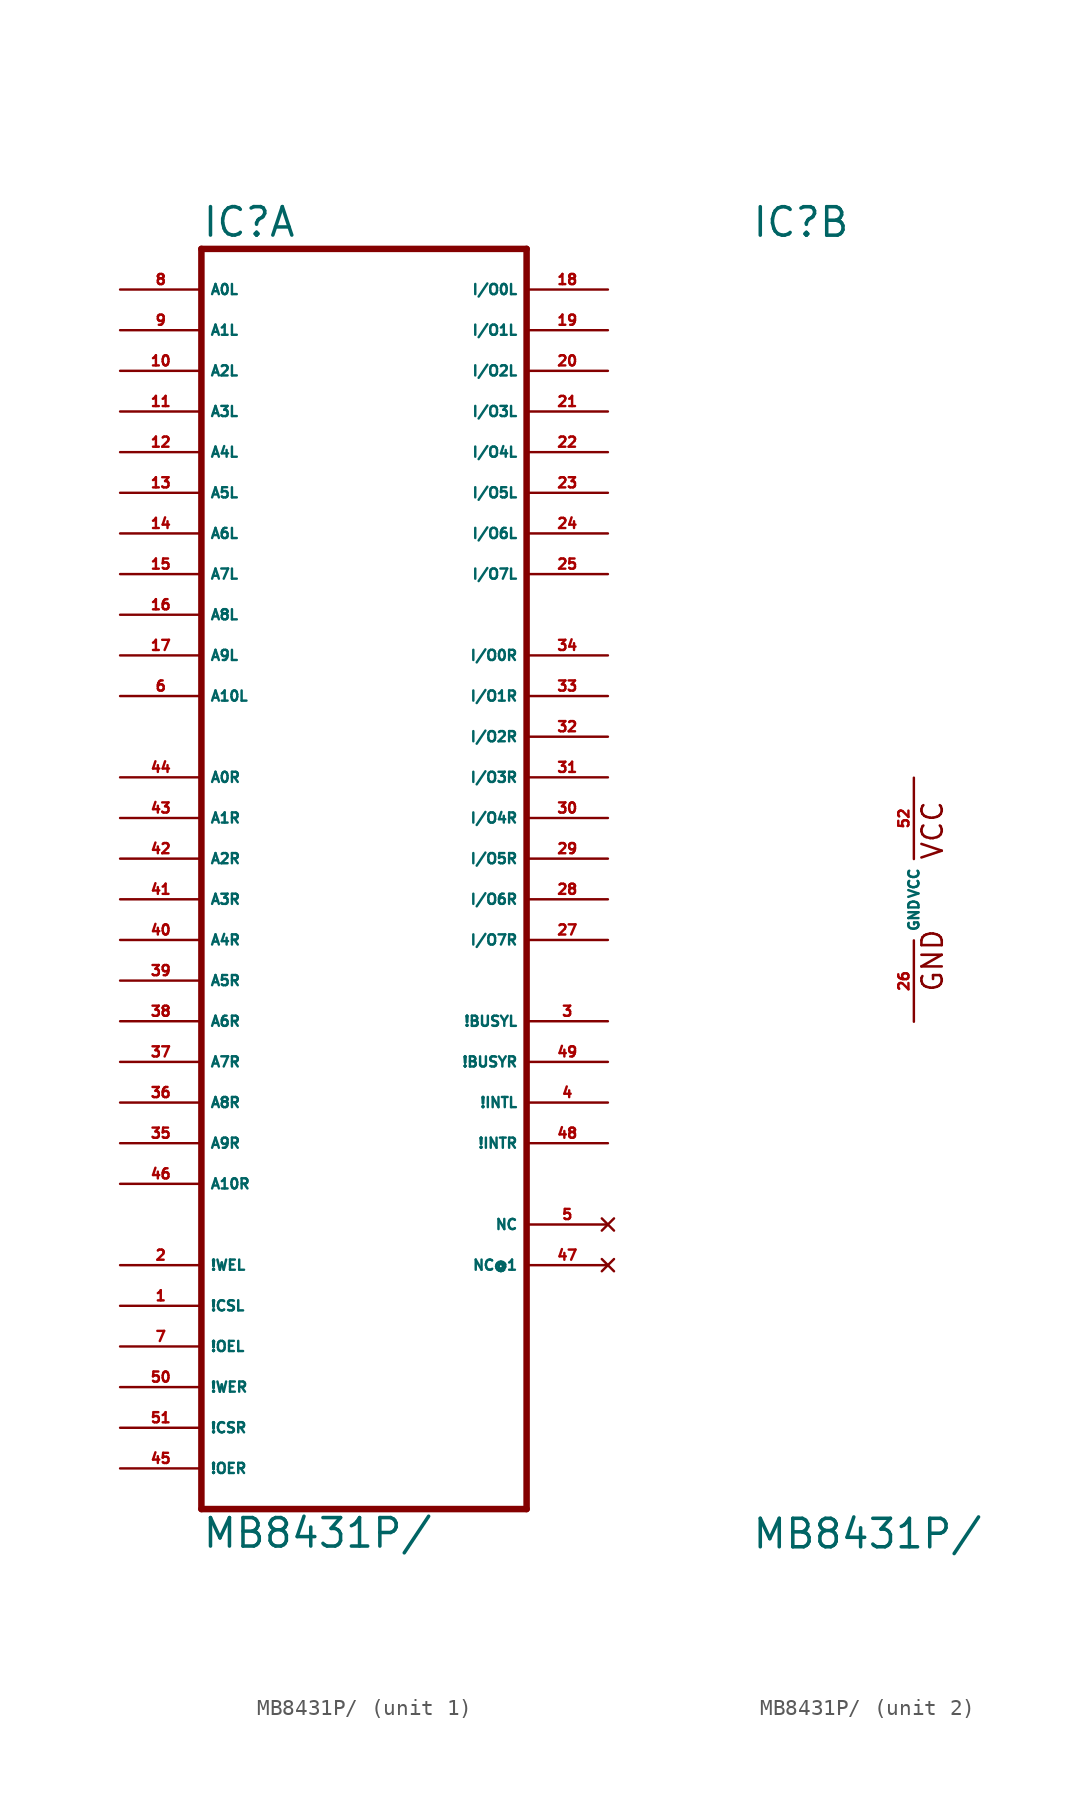
<source format=kicad_sym>
(kicad_symbol_lib
  (version 20220914)
  (generator Eagle2Kicad)
  (symbol "MB8431P/"
    (property "Reference" "IC"
      (at -10.16 41.275 0)
      (effects (font (size 1.778 1.778) (thickness 0.22)) (justify left bottom)))
    (property "Value" "MB8431P/"
      (at -10.16 -40.64 0)
      (effects (font (size 1.778 1.778) (thickness 0.22)) (justify left bottom)))
    (symbol "MB8431P/_1_0"
      (polyline (pts (xy -10.16 -38.1) (xy 10.16 -38.1)) (stroke (width 0.406) (type default)) (fill (type none)))
      (polyline (pts (xy 10.16 -38.1) (xy 10.16 40.64)) (stroke (width 0.406) (type default)) (fill (type none)))
      (polyline (pts (xy 10.16 40.64) (xy -10.16 40.64)) (stroke (width 0.406) (type default)) (fill (type none)))
      (polyline (pts (xy -10.16 40.64) (xy -10.16 -38.1)) (stroke (width 0.406) (type default)) (fill (type none)))
      (pin input line (at -15.24 38.1 0) (length 5.08) (name "A0L" (effects (font (size 0.635 0.635) (thickness 0.08)) (justify left bottom))) (number "8" (effects (font (size 0.635 0.635) (thickness 0.08)) (justify left bottom))))
      (pin input line (at -15.24 35.56 0) (length 5.08) (name "A1L" (effects (font (size 0.635 0.635) (thickness 0.08)) (justify left bottom))) (number "9" (effects (font (size 0.635 0.635) (thickness 0.08)) (justify left bottom))))
      (pin input line (at -15.24 33.02 0) (length 5.08) (name "A2L" (effects (font (size 0.635 0.635) (thickness 0.08)) (justify left bottom))) (number "10" (effects (font (size 0.635 0.635) (thickness 0.08)) (justify left bottom))))
      (pin input line (at -15.24 30.48 0) (length 5.08) (name "A3L" (effects (font (size 0.635 0.635) (thickness 0.08)) (justify left bottom))) (number "11" (effects (font (size 0.635 0.635) (thickness 0.08)) (justify left bottom))))
      (pin input line (at -15.24 27.94 0) (length 5.08) (name "A4L" (effects (font (size 0.635 0.635) (thickness 0.08)) (justify left bottom))) (number "12" (effects (font (size 0.635 0.635) (thickness 0.08)) (justify left bottom))))
      (pin input line (at -15.24 25.4 0) (length 5.08) (name "A5L" (effects (font (size 0.635 0.635) (thickness 0.08)) (justify left bottom))) (number "13" (effects (font (size 0.635 0.635) (thickness 0.08)) (justify left bottom))))
      (pin input line (at -15.24 22.86 0) (length 5.08) (name "A6L" (effects (font (size 0.635 0.635) (thickness 0.08)) (justify left bottom))) (number "14" (effects (font (size 0.635 0.635) (thickness 0.08)) (justify left bottom))))
      (pin input line (at -15.24 20.32 0) (length 5.08) (name "A7L" (effects (font (size 0.635 0.635) (thickness 0.08)) (justify left bottom))) (number "15" (effects (font (size 0.635 0.635) (thickness 0.08)) (justify left bottom))))
      (pin input line (at -15.24 17.78 0) (length 5.08) (name "A8L" (effects (font (size 0.635 0.635) (thickness 0.08)) (justify left bottom))) (number "16" (effects (font (size 0.635 0.635) (thickness 0.08)) (justify left bottom))))
      (pin input line (at -15.24 15.24 0) (length 5.08) (name "A9L" (effects (font (size 0.635 0.635) (thickness 0.08)) (justify left bottom))) (number "17" (effects (font (size 0.635 0.635) (thickness 0.08)) (justify left bottom))))
      (pin input line (at -15.24 12.7 0) (length 5.08) (name "A10L" (effects (font (size 0.635 0.635) (thickness 0.08)) (justify left bottom))) (number "6" (effects (font (size 0.635 0.635) (thickness 0.08)) (justify left bottom))))
      (pin input line (at -15.24 7.62 0) (length 5.08) (name "A0R" (effects (font (size 0.635 0.635) (thickness 0.08)) (justify left bottom))) (number "44" (effects (font (size 0.635 0.635) (thickness 0.08)) (justify left bottom))))
      (pin input line (at -15.24 5.08 0) (length 5.08) (name "A1R" (effects (font (size 0.635 0.635) (thickness 0.08)) (justify left bottom))) (number "43" (effects (font (size 0.635 0.635) (thickness 0.08)) (justify left bottom))))
      (pin input line (at -15.24 2.54 0) (length 5.08) (name "A2R" (effects (font (size 0.635 0.635) (thickness 0.08)) (justify left bottom))) (number "42" (effects (font (size 0.635 0.635) (thickness 0.08)) (justify left bottom))))
      (pin input line (at -15.24 0 0) (length 5.08) (name "A3R" (effects (font (size 0.635 0.635) (thickness 0.08)) (justify left bottom))) (number "41" (effects (font (size 0.635 0.635) (thickness 0.08)) (justify left bottom))))
      (pin input line (at -15.24 -2.54 0) (length 5.08) (name "A4R" (effects (font (size 0.635 0.635) (thickness 0.08)) (justify left bottom))) (number "40" (effects (font (size 0.635 0.635) (thickness 0.08)) (justify left bottom))))
      (pin input line (at -15.24 -5.08 0) (length 5.08) (name "A5R" (effects (font (size 0.635 0.635) (thickness 0.08)) (justify left bottom))) (number "39" (effects (font (size 0.635 0.635) (thickness 0.08)) (justify left bottom))))
      (pin input line (at -15.24 -7.62 0) (length 5.08) (name "A6R" (effects (font (size 0.635 0.635) (thickness 0.08)) (justify left bottom))) (number "38" (effects (font (size 0.635 0.635) (thickness 0.08)) (justify left bottom))))
      (pin input line (at -15.24 -10.16 0) (length 5.08) (name "A7R" (effects (font (size 0.635 0.635) (thickness 0.08)) (justify left bottom))) (number "37" (effects (font (size 0.635 0.635) (thickness 0.08)) (justify left bottom))))
      (pin input line (at -15.24 -12.7 0) (length 5.08) (name "A8R" (effects (font (size 0.635 0.635) (thickness 0.08)) (justify left bottom))) (number "36" (effects (font (size 0.635 0.635) (thickness 0.08)) (justify left bottom))))
      (pin input line (at -15.24 -15.24 0) (length 5.08) (name "A9R" (effects (font (size 0.635 0.635) (thickness 0.08)) (justify left bottom))) (number "35" (effects (font (size 0.635 0.635) (thickness 0.08)) (justify left bottom))))
      (pin input line (at -15.24 -17.78 0) (length 5.08) (name "A10R" (effects (font (size 0.635 0.635) (thickness 0.08)) (justify left bottom))) (number "46" (effects (font (size 0.635 0.635) (thickness 0.08)) (justify left bottom))))
      (pin input line (at -15.24 -22.86 0) (length 5.08) (name "!WEL" (effects (font (size 0.635 0.635) (thickness 0.08)) (justify left bottom))) (number "2" (effects (font (size 0.635 0.635) (thickness 0.08)) (justify left bottom))))
      (pin input line (at -15.24 -25.4 0) (length 5.08) (name "!CSL" (effects (font (size 0.635 0.635) (thickness 0.08)) (justify left bottom))) (number "1" (effects (font (size 0.635 0.635) (thickness 0.08)) (justify left bottom))))
      (pin input line (at -15.24 -27.94 0) (length 5.08) (name "!OEL" (effects (font (size 0.635 0.635) (thickness 0.08)) (justify left bottom))) (number "7" (effects (font (size 0.635 0.635) (thickness 0.08)) (justify left bottom))))
      (pin input line (at -15.24 -30.48 0) (length 5.08) (name "!WER" (effects (font (size 0.635 0.635) (thickness 0.08)) (justify left bottom))) (number "50" (effects (font (size 0.635 0.635) (thickness 0.08)) (justify left bottom))))
      (pin input line (at -15.24 -33.02 0) (length 5.08) (name "!CSR" (effects (font (size 0.635 0.635) (thickness 0.08)) (justify left bottom))) (number "51" (effects (font (size 0.635 0.635) (thickness 0.08)) (justify left bottom))))
      (pin input line (at -15.24 -35.56 0) (length 5.08) (name "!OER" (effects (font (size 0.635 0.635) (thickness 0.08)) (justify left bottom))) (number "45" (effects (font (size 0.635 0.635) (thickness 0.08)) (justify left bottom))))
      (pin bidirectional line (at 15.24 38.1 180) (length 5.08) (name "I/O0L" (effects (font (size 0.635 0.635) (thickness 0.08)) (justify left bottom))) (number "18" (effects (font (size 0.635 0.635) (thickness 0.08)) (justify left bottom))))
      (pin bidirectional line (at 15.24 35.56 180) (length 5.08) (name "I/O1L" (effects (font (size 0.635 0.635) (thickness 0.08)) (justify left bottom))) (number "19" (effects (font (size 0.635 0.635) (thickness 0.08)) (justify left bottom))))
      (pin bidirectional line (at 15.24 33.02 180) (length 5.08) (name "I/O2L" (effects (font (size 0.635 0.635) (thickness 0.08)) (justify left bottom))) (number "20" (effects (font (size 0.635 0.635) (thickness 0.08)) (justify left bottom))))
      (pin bidirectional line (at 15.24 30.48 180) (length 5.08) (name "I/O3L" (effects (font (size 0.635 0.635) (thickness 0.08)) (justify left bottom))) (number "21" (effects (font (size 0.635 0.635) (thickness 0.08)) (justify left bottom))))
      (pin bidirectional line (at 15.24 27.94 180) (length 5.08) (name "I/O4L" (effects (font (size 0.635 0.635) (thickness 0.08)) (justify left bottom))) (number "22" (effects (font (size 0.635 0.635) (thickness 0.08)) (justify left bottom))))
      (pin bidirectional line (at 15.24 25.4 180) (length 5.08) (name "I/O5L" (effects (font (size 0.635 0.635) (thickness 0.08)) (justify left bottom))) (number "23" (effects (font (size 0.635 0.635) (thickness 0.08)) (justify left bottom))))
      (pin bidirectional line (at 15.24 22.86 180) (length 5.08) (name "I/O6L" (effects (font (size 0.635 0.635) (thickness 0.08)) (justify left bottom))) (number "24" (effects (font (size 0.635 0.635) (thickness 0.08)) (justify left bottom))))
      (pin bidirectional line (at 15.24 20.32 180) (length 5.08) (name "I/O7L" (effects (font (size 0.635 0.635) (thickness 0.08)) (justify left bottom))) (number "25" (effects (font (size 0.635 0.635) (thickness 0.08)) (justify left bottom))))
      (pin bidirectional line (at 15.24 15.24 180) (length 5.08) (name "I/O0R" (effects (font (size 0.635 0.635) (thickness 0.08)) (justify left bottom))) (number "34" (effects (font (size 0.635 0.635) (thickness 0.08)) (justify left bottom))))
      (pin bidirectional line (at 15.24 12.7 180) (length 5.08) (name "I/O1R" (effects (font (size 0.635 0.635) (thickness 0.08)) (justify left bottom))) (number "33" (effects (font (size 0.635 0.635) (thickness 0.08)) (justify left bottom))))
      (pin bidirectional line (at 15.24 10.16 180) (length 5.08) (name "I/O2R" (effects (font (size 0.635 0.635) (thickness 0.08)) (justify left bottom))) (number "32" (effects (font (size 0.635 0.635) (thickness 0.08)) (justify left bottom))))
      (pin bidirectional line (at 15.24 7.62 180) (length 5.08) (name "I/O3R" (effects (font (size 0.635 0.635) (thickness 0.08)) (justify left bottom))) (number "31" (effects (font (size 0.635 0.635) (thickness 0.08)) (justify left bottom))))
      (pin bidirectional line (at 15.24 5.08 180) (length 5.08) (name "I/O4R" (effects (font (size 0.635 0.635) (thickness 0.08)) (justify left bottom))) (number "30" (effects (font (size 0.635 0.635) (thickness 0.08)) (justify left bottom))))
      (pin bidirectional line (at 15.24 2.54 180) (length 5.08) (name "I/O5R" (effects (font (size 0.635 0.635) (thickness 0.08)) (justify left bottom))) (number "29" (effects (font (size 0.635 0.635) (thickness 0.08)) (justify left bottom))))
      (pin bidirectional line (at 15.24 0 180) (length 5.08) (name "I/O6R" (effects (font (size 0.635 0.635) (thickness 0.08)) (justify left bottom))) (number "28" (effects (font (size 0.635 0.635) (thickness 0.08)) (justify left bottom))))
      (pin bidirectional line (at 15.24 -2.54 180) (length 5.08) (name "I/O7R" (effects (font (size 0.635 0.635) (thickness 0.08)) (justify left bottom))) (number "27" (effects (font (size 0.635 0.635) (thickness 0.08)) (justify left bottom))))
      (pin output line (at 15.24 -7.62 180) (length 5.08) (name "!BUSYL" (effects (font (size 0.635 0.635) (thickness 0.08)) (justify left bottom))) (number "3" (effects (font (size 0.635 0.635) (thickness 0.08)) (justify left bottom))))
      (pin output line (at 15.24 -10.16 180) (length 5.08) (name "!BUSYR" (effects (font (size 0.635 0.635) (thickness 0.08)) (justify left bottom))) (number "49" (effects (font (size 0.635 0.635) (thickness 0.08)) (justify left bottom))))
      (pin output line (at 15.24 -12.7 180) (length 5.08) (name "!INTL" (effects (font (size 0.635 0.635) (thickness 0.08)) (justify left bottom))) (number "4" (effects (font (size 0.635 0.635) (thickness 0.08)) (justify left bottom))))
      (pin output line (at 15.24 -15.24 180) (length 5.08) (name "!INTR" (effects (font (size 0.635 0.635) (thickness 0.08)) (justify left bottom))) (number "48" (effects (font (size 0.635 0.635) (thickness 0.08)) (justify left bottom))))
      (pin no_connect line (at 15.24 -20.32 180) (length 5.08) (name "NC" (effects (font (size 0.635 0.635) (thickness 0.08)) (justify left bottom) hide)) (number "5" (effects (font (size 0.635 0.635) (thickness 0.08)) (justify left bottom) hide)))
      (pin no_connect line (at 15.24 -22.86 180) (length 5.08) (name "NC@1" (effects (font (size 0.635 0.635) (thickness 0.08)) (justify left bottom) hide)) (number "47" (effects (font (size 0.635 0.635) (thickness 0.08)) (justify left bottom) hide))))
    (symbol "MB8431P/_2_0"
      (text "VCC" (at 1.905 2.413 900) (effects (font (size 1.27 1.27) (thickness 0.16)) (justify left bottom)))
      (text "GND" (at 1.905 -5.842 900) (effects (font (size 1.27 1.27) (thickness 0.16)) (justify left bottom)))
      (pin unspecified line (at 0 -7.62 90) (length 5.08) (name "GND" (effects (font (size 0.635 0.635) (thickness 0.08)) (justify left bottom))) (number "26" (effects (font (size 0.635 0.635) (thickness 0.08)) (justify left bottom))))
      (pin unspecified line (at 0 7.62 270) (length 5.08) (name "VCC" (effects (font (size 0.635 0.635) (thickness 0.08)) (justify left bottom))) (number "52" (effects (font (size 0.635 0.635) (thickness 0.08)) (justify left bottom)))))))
</source>
